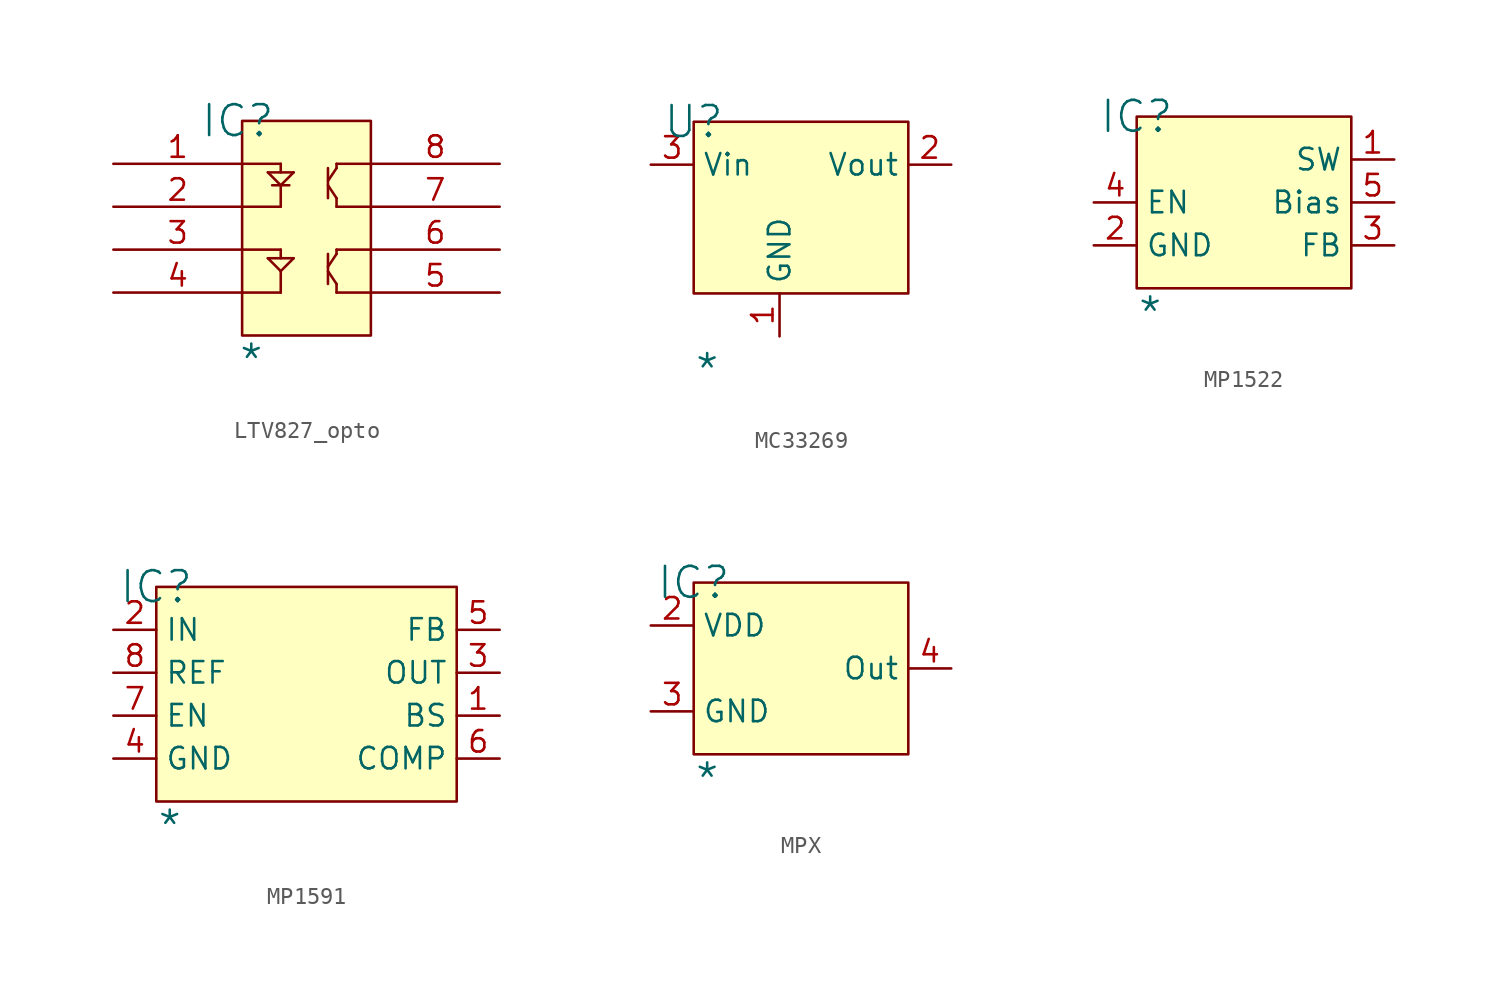
<source format=kicad_sym>
(kicad_symbol_lib
  (version 20241209)
  (generator "kicad_symbol_editor")
  (generator_version "9.0")
  (symbol "LTV827_opto"
    (pin_names
      (hide yes))
    (property "Reference" "IC"
      (at -0.254 0 0)
      (effects (font (size 1.829 1.829))))
    (property "Value" "*"
      (at -0.254 -15.24 0)
      (effects (font (size 1.829 1.829)) (justify left bottom)))
    (symbol "LTV827_opto_1_0"
      (polyline (pts (xy 0 -2.54) (xy 2.286 -2.54)) (stroke (width 0) (type solid)) (fill (type none)))
      (polyline (pts (xy 0 -7.62) (xy 2.286 -7.62)) (stroke (width 0) (type solid)) (fill (type none)))
      (polyline (pts (xy 1.524 -3.048) (xy 3.048 -3.048)) (stroke (width 0) (type solid)) (fill (type none)))
      (polyline (pts (xy 1.524 -8.128) (xy 3.048 -8.128)) (stroke (width 0) (type solid)) (fill (type none)))
      (polyline (pts (xy 1.778 -3.81) (xy 2.794 -3.81)) (stroke (width 0) (type solid)) (fill (type none)))
      (polyline (pts (xy 2.286 -2.54) (xy 2.286 -3.048)) (stroke (width 0) (type solid)) (fill (type none)))
      (polyline (pts (xy 2.286 -3.81) (xy 1.524 -3.048)) (stroke (width 0) (type solid)) (fill (type none)))
      (polyline (pts (xy 2.286 -3.81) (xy 2.286 -5.08)) (stroke (width 0) (type solid)) (fill (type none)))
      (polyline (pts (xy 2.286 -5.08) (xy 0 -5.08)) (stroke (width 0) (type solid)) (fill (type none)))
      (polyline (pts (xy 2.286 -7.62) (xy 2.286 -8.128)) (stroke (width 0) (type solid)) (fill (type none)))
      (polyline (pts (xy 2.286 -8.89) (xy 1.524 -8.128)) (stroke (width 0) (type solid)) (fill (type none)))
      (polyline (pts (xy 2.286 -8.89) (xy 2.286 -10.16)) (stroke (width 0) (type solid)) (fill (type none)))
      (polyline (pts (xy 2.286 -10.16) (xy 0 -10.16)) (stroke (width 0) (type solid)) (fill (type none)))
      (polyline (pts (xy 3.048 -3.048) (xy 2.286 -3.81)) (stroke (width 0) (type solid)) (fill (type none)))
      (polyline (pts (xy 3.048 -8.128) (xy 2.286 -8.89)) (stroke (width 0) (type solid)) (fill (type none)))
      (polyline (pts (xy 5.08 -2.794) (xy 5.08 -4.572)) (stroke (width 0) (type solid)) (fill (type none)))
      (polyline (pts (xy 5.08 -3.556) (xy 5.588 -2.794)) (stroke (width 0) (type solid)) (fill (type none)))
      (polyline (pts (xy 5.08 -3.81) (xy 5.588 -4.572)) (stroke (width 0) (type solid)) (fill (type none)))
      (polyline (pts (xy 5.08 -7.874) (xy 5.08 -9.652)) (stroke (width 0) (type solid)) (fill (type none)))
      (polyline (pts (xy 5.08 -8.636) (xy 5.588 -7.874)) (stroke (width 0) (type solid)) (fill (type none)))
      (polyline (pts (xy 5.08 -8.89) (xy 5.588 -9.652)) (stroke (width 0) (type solid)) (fill (type none)))
      (polyline (pts (xy 5.588 -2.54) (xy 5.588 -2.794)) (stroke (width 0) (type solid)) (fill (type none)))
      (polyline (pts (xy 5.588 -5.08) (xy 5.588 -4.572)) (stroke (width 0) (type solid)) (fill (type none)))
      (polyline (pts (xy 5.588 -7.874) (xy 5.588 -7.62)) (stroke (width 0) (type solid)) (fill (type none)))
      (polyline (pts (xy 5.588 -9.652) (xy 5.588 -10.16)) (stroke (width 0) (type solid)) (fill (type none)))
      (rectangle (start 7.62 0) (end 0 -12.7) (stroke (width 0) (type solid) (color 128 0 0 1)) (fill (type background)))
      (polyline (pts (xy 7.62 -2.54) (xy 5.588 -2.54)) (stroke (width 0) (type solid)) (fill (type none)))
      (polyline (pts (xy 7.62 -5.08) (xy 5.588 -5.08)) (stroke (width 0) (type solid)) (fill (type none)))
      (polyline (pts (xy 7.62 -7.62) (xy 5.588 -7.62)) (stroke (width 0) (type solid)) (fill (type none)))
      (polyline (pts (xy 7.62 -10.16) (xy 5.588 -10.16)) (stroke (width 0) (type solid)) (fill (type none)))
      (pin passive line (at -7.62 -2.54 0) (length 7.62) (name "1" (effects (font (size 1.27 1.27)))) (number "1" (effects (font (size 1.27 1.27)))))
      (pin passive line (at -7.62 -5.08 0) (length 7.62) (name "2" (effects (font (size 1.27 1.27)))) (number "2" (effects (font (size 1.27 1.27)))))
      (pin passive line (at -7.62 -7.62 0) (length 7.62) (name "3" (effects (font (size 1.27 1.27)))) (number "3" (effects (font (size 1.27 1.27)))))
      (pin passive line (at -7.62 -10.16 0) (length 7.62) (name "4" (effects (font (size 1.27 1.27)))) (number "4" (effects (font (size 1.27 1.27)))))
      (pin passive line (at 15.24 -2.54 180) (length 7.62) (name "8" (effects (font (size 1.27 1.27)))) (number "8" (effects (font (size 1.27 1.27)))))
      (pin passive line (at 15.24 -5.08 180) (length 7.62) (name "7" (effects (font (size 1.27 1.27)))) (number "7" (effects (font (size 1.27 1.27)))))
      (pin passive line (at 15.24 -7.62 180) (length 7.62) (name "6" (effects (font (size 1.27 1.27)))) (number "6" (effects (font (size 1.27 1.27)))))
      (pin passive line (at 15.24 -10.16 180) (length 7.62) (name "5" (effects (font (size 1.27 1.27)))) (number "5" (effects (font (size 1.27 1.27)))))))
  (symbol "MC33269"
    (property "Reference" "U"
      (at 0 0 0)
      (effects (font (size 1.829 1.829))))
    (property "Value" "*"
      (at 0 -15.748 0)
      (effects (font (size 1.829 1.829)) (justify left bottom)))
    (symbol "MC33269_1_0"
      (rectangle (start 12.7 0) (end 0 -10.16) (stroke (width 0) (type solid) (color 128 0 0 1)) (fill (type background)))
      (pin power_in line (at -2.54 -2.54 0) (length 2.54) (name "Vin" (effects (font (size 1.27 1.27)))) (number "3" (effects (font (size 1.27 1.27)))))
      (pin power_in line (at 5.08 -12.7 90) (length 2.54) (name "GND" (effects (font (size 1.27 1.27)))) (number "1" (effects (font (size 1.27 1.27)))))
      (pin power_in line (at 15.24 -2.54 180) (length 2.54) (name "Vout" (effects (font (size 1.27 1.27)))) (number "2" (effects (font (size 1.27 1.27)))))))
  (symbol "MP1522"
    (property "Reference" "IC"
      (at 0 0 0)
      (effects (font (size 1.829 1.829))))
    (property "Value" "*"
      (at 0 -12.7 0)
      (effects (font (size 1.829 1.829)) (justify left bottom)))
    (symbol "MP1522_1_0"
      (rectangle (start 12.7 0) (end 0 -10.16) (stroke (width 0) (type solid) (color 128 0 0 1)) (fill (type background)))
      (pin passive line (at -2.54 -5.08 0) (length 2.54) (name "EN" (effects (font (size 1.27 1.27)))) (number "4" (effects (font (size 1.27 1.27)))))
      (pin passive line (at -2.54 -7.62 0) (length 2.54) (name "GND" (effects (font (size 1.27 1.27)))) (number "2" (effects (font (size 1.27 1.27)))))
      (pin passive line (at 15.24 -2.54 180) (length 2.54) (name "SW" (effects (font (size 1.27 1.27)))) (number "1" (effects (font (size 1.27 1.27)))))
      (pin passive line (at 15.24 -5.08 180) (length 2.54) (name "Bias" (effects (font (size 1.27 1.27)))) (number "5" (effects (font (size 1.27 1.27)))))
      (pin passive line (at 15.24 -7.62 180) (length 2.54) (name "FB" (effects (font (size 1.27 1.27)))) (number "3" (effects (font (size 1.27 1.27)))))))
  (symbol "MP1591"
    (property "Reference" "IC"
      (at 0 0 0)
      (effects (font (size 1.829 1.829))))
    (property "Value" "*"
      (at 0 -15.24 0)
      (effects (font (size 1.829 1.829)) (justify left bottom)))
    (symbol "MP1591_1_0"
      (rectangle (start 17.78 0) (end 0 -12.7) (stroke (width 0) (type solid) (color 128 0 0 1)) (fill (type background)))
      (pin power_in line (at -2.54 -2.54 0) (length 2.54) (name "IN" (effects (font (size 1.27 1.27)))) (number "2" (effects (font (size 1.27 1.27)))))
      (pin passive line (at -2.54 -5.08 0) (length 2.54) (name "REF" (effects (font (size 1.27 1.27)))) (number "8" (effects (font (size 1.27 1.27)))))
      (pin passive line (at -2.54 -7.62 0) (length 2.54) (name "EN" (effects (font (size 1.27 1.27)))) (number "7" (effects (font (size 1.27 1.27)))))
      (pin power_in line (at -2.54 -10.16 0) (length 2.54) (name "GND" (effects (font (size 1.27 1.27)))) (number "4" (effects (font (size 1.27 1.27)))))
      (pin passive line (at 20.32 -2.54 180) (length 2.54) (name "FB" (effects (font (size 1.27 1.27)))) (number "5" (effects (font (size 1.27 1.27)))))
      (pin power_in line (at 20.32 -5.08 180) (length 2.54) (name "OUT" (effects (font (size 1.27 1.27)))) (number "3" (effects (font (size 1.27 1.27)))))
      (pin passive line (at 20.32 -7.62 180) (length 2.54) (name "BS" (effects (font (size 1.27 1.27)))) (number "1" (effects (font (size 1.27 1.27)))))
      (pin passive line (at 20.32 -10.16 180) (length 2.54) (name "COMP" (effects (font (size 1.27 1.27)))) (number "6" (effects (font (size 1.27 1.27)))))))
  (symbol "MPX"
    (property "Reference" "IC"
      (at 0 0 0)
      (effects (font (size 1.829 1.829))))
    (property "Value" "*"
      (at 0 -12.7 0)
      (effects (font (size 1.829 1.829)) (justify left bottom)))
    (symbol "MPX_1_0"
      (rectangle (start 12.7 0) (end 0 -10.16) (stroke (width 0) (type solid) (color 128 0 0 1)) (fill (type background)))
      (pin passive line (at -2.54 -2.54 0) (length 2.54) (name "VDD" (effects (font (size 1.27 1.27)))) (number "2" (effects (font (size 1.27 1.27)))))
      (pin passive line (at -2.54 -7.62 0) (length 2.54) (name "GND" (effects (font (size 1.27 1.27)))) (number "3" (effects (font (size 1.27 1.27)))))
      (pin passive line (at 15.24 -5.08 180) (length 2.54) (name "Out" (effects (font (size 1.27 1.27)))) (number "4" (effects (font (size 1.27 1.27))))))))
</source>
